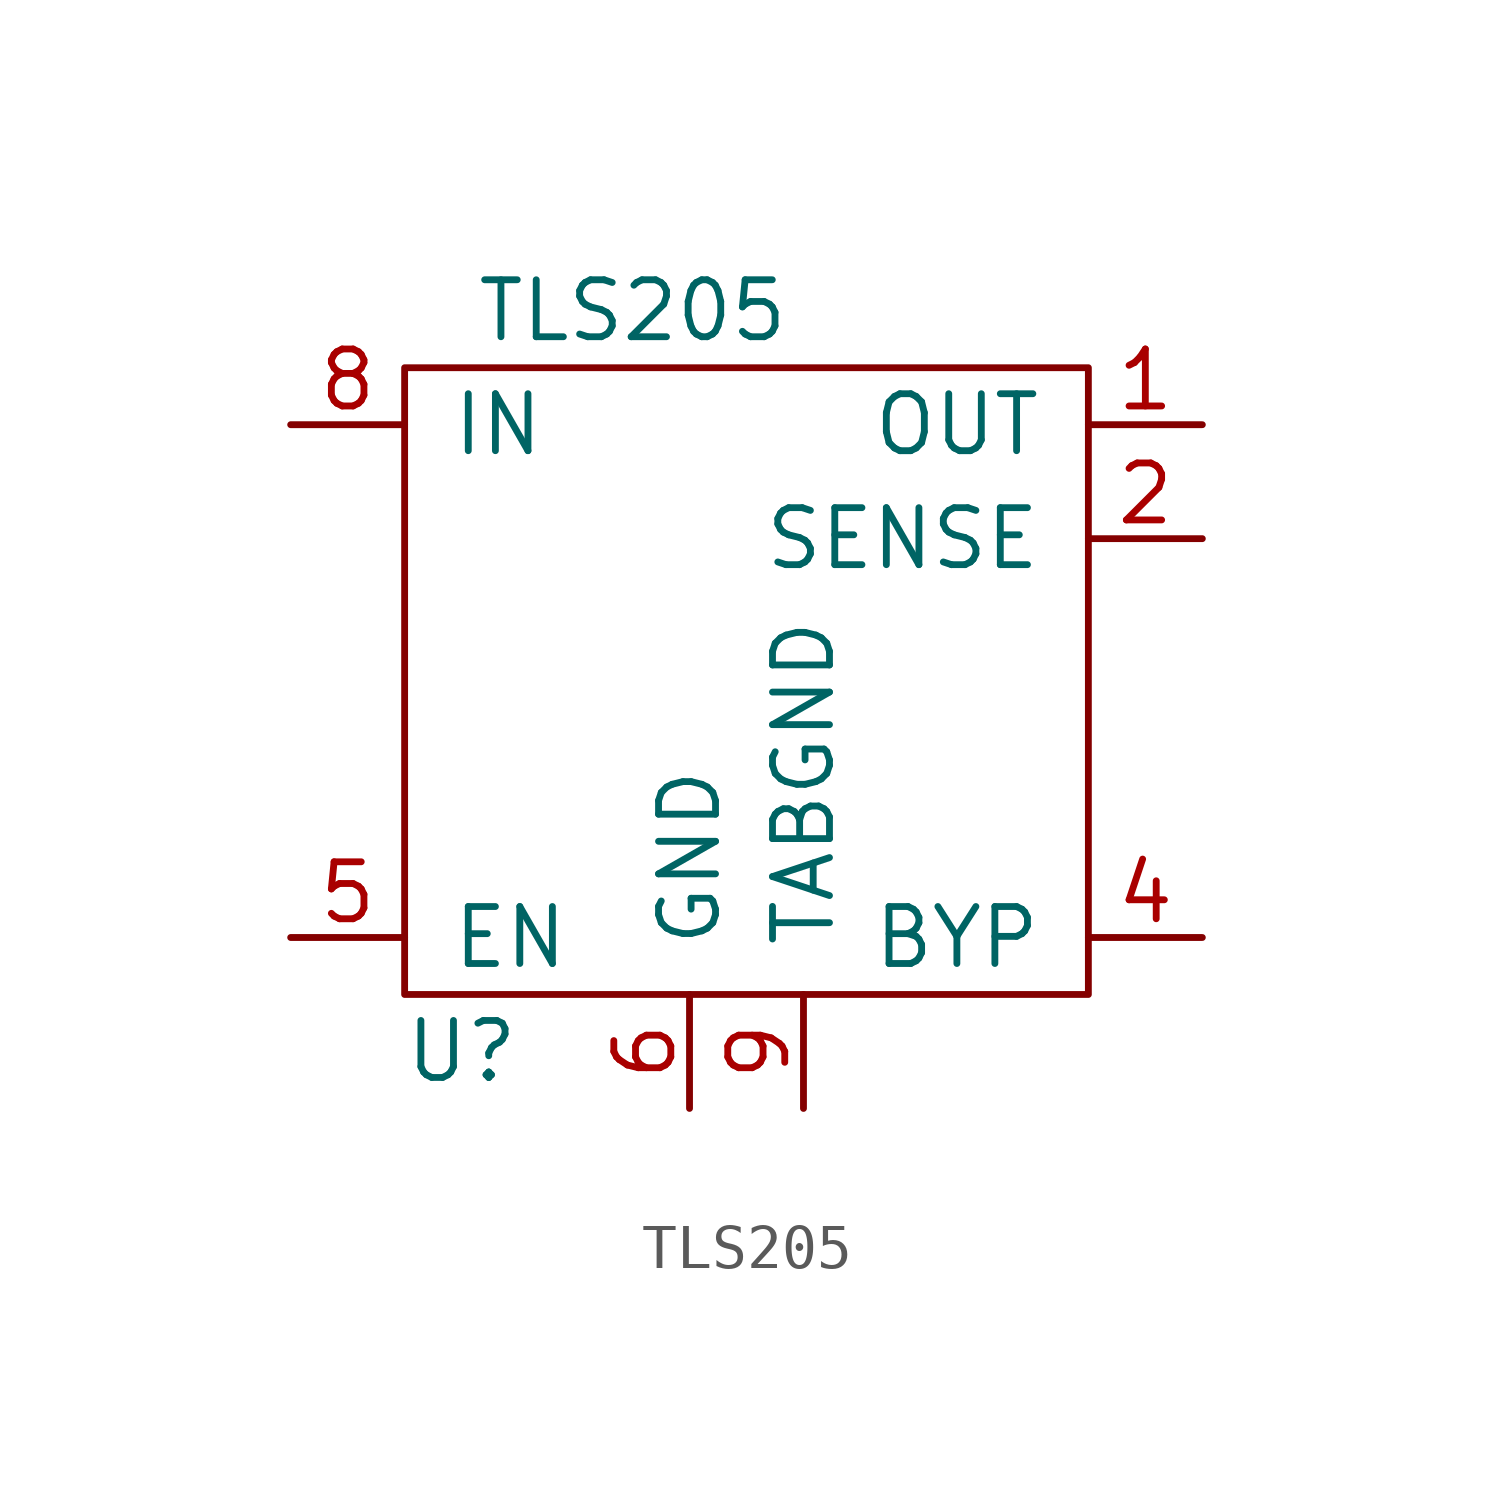
<source format=kicad_sym>
(kicad_symbol_lib
  (version 20241209)
  (generator "kicad_symbol_editor")
  (generator_version "9.0")
  (symbol "TLS205"
    (pin_names
      (offset 1.016))
    (property "Reference" "U"
      (at -6.35 -8.89 0)
      (effects (font (size 1.27 1.27))))
    (property "Value" "TLS205"
      (at -2.54 7.62 0)
      (effects (font (size 1.27 1.27))))
    (symbol "TLS205_0_1"
      (rectangle (start -7.62 6.35) (end 7.62 -7.62) (stroke (width 0) (type solid)) (fill (type none))))
    (symbol "TLS205_1_1"
      (pin power_in line (at -10.16 5.08 0) (length 2.54) (name "IN" (effects (font (size 1.27 1.27)))) (number "8" (effects (font (size 1.27 1.27)))))
      (pin input line (at -10.16 -6.35 0) (length 2.54) (name "EN" (effects (font (size 1.27 1.27)))) (number "5" (effects (font (size 1.27 1.27)))))
      (pin no_connect line (at -5.08 1.27 0) (length 2.54) (hide yes) (name "~" (effects (font (size 1.27 1.27)))) (number "3" (effects (font (size 1.27 1.27)))))
      (pin no_connect line (at -5.08 -1.27 0) (length 2.54) (hide yes) (name "~" (effects (font (size 1.27 1.27)))) (number "7" (effects (font (size 1.27 1.27)))))
      (pin power_in line (at -1.27 -10.16 90) (length 2.54) (name "GND" (effects (font (size 1.27 1.27)))) (number "6" (effects (font (size 1.27 1.27)))))
      (pin power_in line (at 1.27 -10.16 90) (length 2.54) (name "TABGND" (effects (font (size 1.27 1.27)))) (number "9" (effects (font (size 1.27 1.27)))))
      (pin power_out line (at 10.16 5.08 180) (length 2.54) (name "OUT" (effects (font (size 1.27 1.27)))) (number "1" (effects (font (size 1.27 1.27)))))
      (pin input line (at 10.16 2.54 180) (length 2.54) (name "SENSE" (effects (font (size 1.27 1.27)))) (number "2" (effects (font (size 1.27 1.27)))))
      (pin bidirectional line (at 10.16 -6.35 180) (length 2.54) (name "BYP" (effects (font (size 1.27 1.27)))) (number "4" (effects (font (size 1.27 1.27))))))))
</source>
